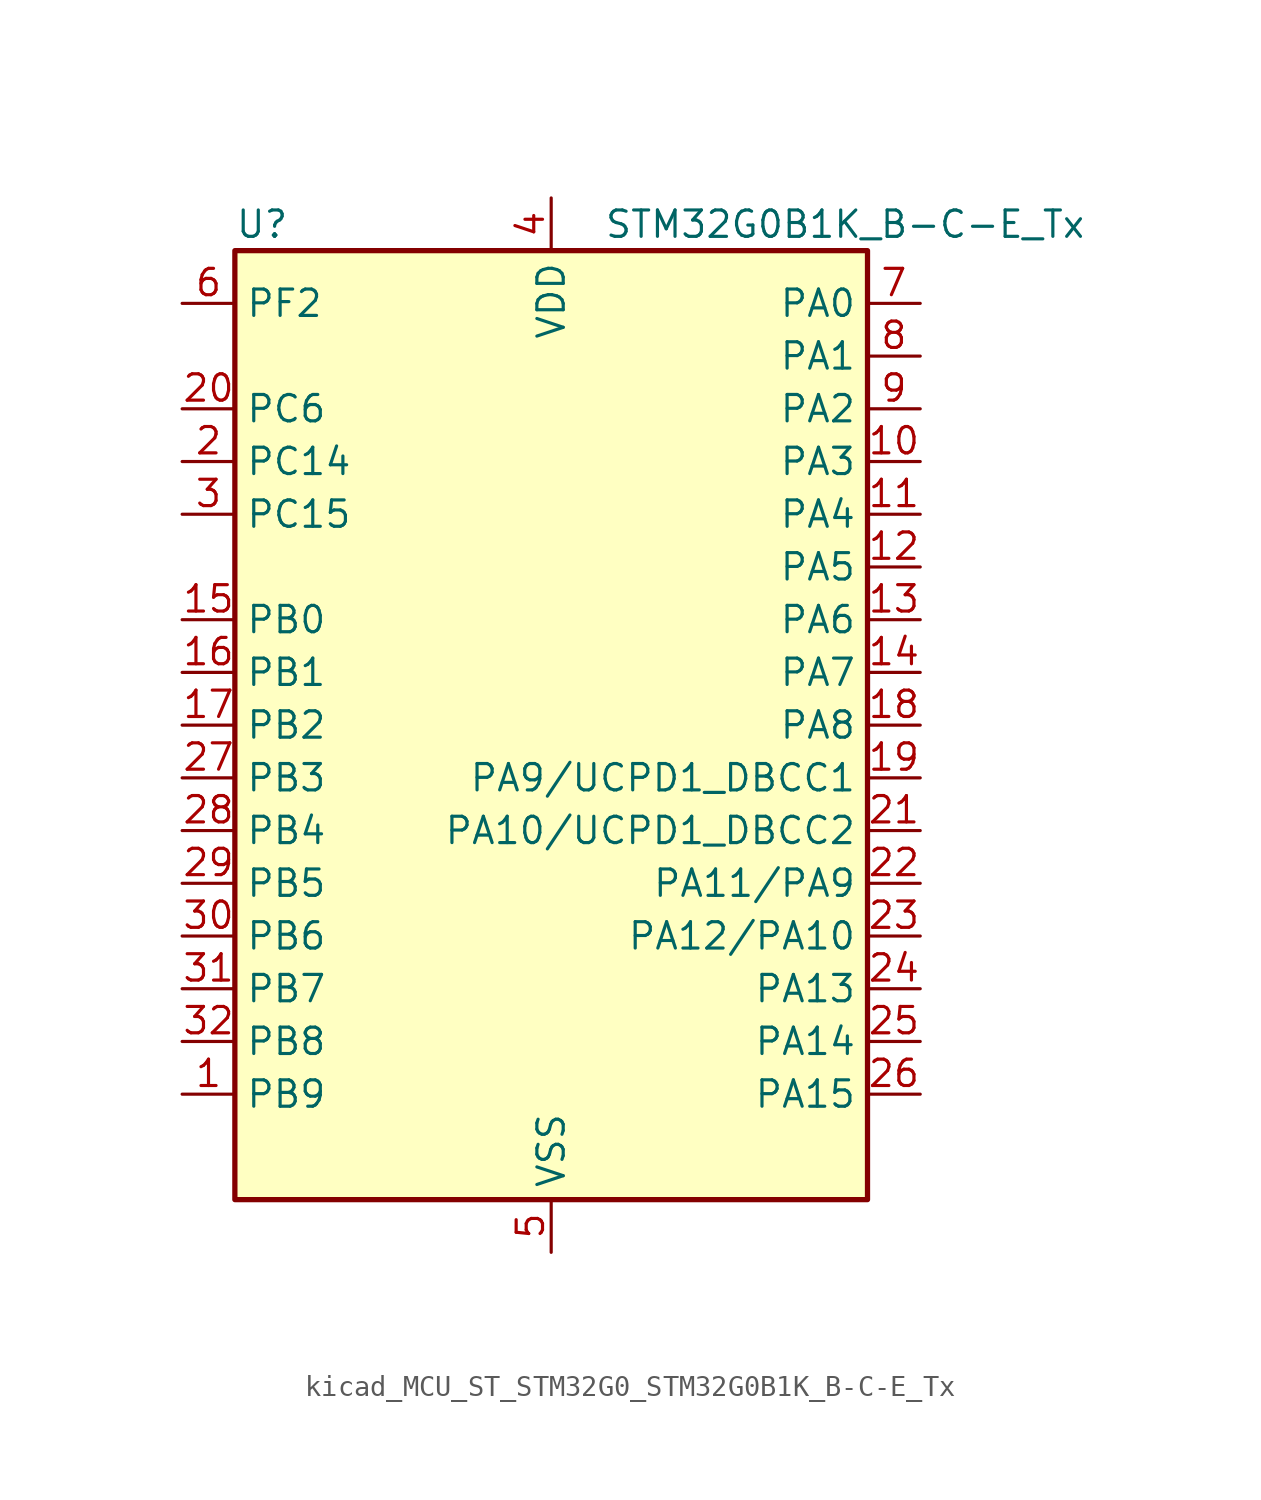
<source format=kicad_sym>
(kicad_symbol_lib
  (version 20220914)
  (generator kicad_symbol_editor)
  (symbol "kicad_MCU_ST_STM32G0_STM32G0B1K_B-C-E_Tx"
    (property "Reference" "U"
      (at -15.24 24.13 0)
      (effects (font (size 1.27 1.27)) (justify left)))
    (property "Value" "STM32G0B1K_B-C-E_Tx"
      (at 2.54 24.13 0)
      (effects (font (size 1.27 1.27)) (justify left)))
    (property "ki_locked" ""
      (at 0 0 0)
      (effects (font (size 1.27 1.27))))
    (symbol "kicad_MCU_ST_STM32G0_STM32G0B1K_B-C-E_Tx_0_1"
      (rectangle (start -15.24 -22.86) (end 15.24 22.86) (stroke (width 0.254) (type default)) (fill (type background))))
    (symbol "kicad_MCU_ST_STM32G0_STM32G0B1K_B-C-E_Tx_1_1"
      (pin bidirectional line (at -17.78 -17.78 0) (length 2.54) (name "PB9" (effects (font (size 1.27 1.27)))) (number "1" (effects (font (size 1.27 1.27)))) (alternate "DAC1_EXTI9" bidirectional line) (alternate "FDCAN1_TX" bidirectional line) (alternate "I2C1_SDA" bidirectional line) (alternate "I2S2_WS" bidirectional line) (alternate "IR_OUT" bidirectional line) (alternate "SPI2_NSS" bidirectional line) (alternate "TIM17_CH1" bidirectional line) (alternate "TIM4_CH4" bidirectional line) (alternate "USART3_RX" bidirectional line) (alternate "USART6_RX" bidirectional line))
      (pin bidirectional line (at 17.78 12.7 180) (length 2.54) (name "PA3" (effects (font (size 1.27 1.27)))) (number "10" (effects (font (size 1.27 1.27)))) (alternate "ADC1_IN3" bidirectional line) (alternate "COMP2_INP" bidirectional line) (alternate "I2S2_MCK" bidirectional line) (alternate "LPUART1_RX" bidirectional line) (alternate "SPI2_MISO" bidirectional line) (alternate "TIM15_CH2" bidirectional line) (alternate "TIM2_CH4" bidirectional line) (alternate "USART2_RX" bidirectional line))
      (pin bidirectional line (at 17.78 10.16 180) (length 2.54) (name "PA4" (effects (font (size 1.27 1.27)))) (number "11" (effects (font (size 1.27 1.27)))) (alternate "ADC1_IN4" bidirectional line) (alternate "DAC1_OUT1" bidirectional line) (alternate "I2S1_WS" bidirectional line) (alternate "I2S2_SD" bidirectional line) (alternate "LPTIM2_OUT" bidirectional line) (alternate "RTC_OUT1" bidirectional line) (alternate "RTC_TAMP_IN1" bidirectional line) (alternate "RTC_TS" bidirectional line) (alternate "SPI1_NSS" bidirectional line) (alternate "SPI2_MOSI" bidirectional line) (alternate "SPI3_NSS" bidirectional line) (alternate "SYS_WKUP2" bidirectional line) (alternate "TIM14_CH1" bidirectional line) (alternate "USART6_TX" bidirectional line) (alternate "USB_NOE" bidirectional line))
      (pin bidirectional line (at 17.78 7.62 180) (length 2.54) (name "PA5" (effects (font (size 1.27 1.27)))) (number "12" (effects (font (size 1.27 1.27)))) (alternate "ADC1_IN5" bidirectional line) (alternate "CEC" bidirectional line) (alternate "DAC1_OUT2" bidirectional line) (alternate "I2S1_CK" bidirectional line) (alternate "LPTIM2_ETR" bidirectional line) (alternate "SPI1_SCK" bidirectional line) (alternate "TIM2_CH1" bidirectional line) (alternate "TIM2_ETR" bidirectional line) (alternate "UCPD1_FRSTX1" bidirectional line) (alternate "UCPD1_FRSTX2" bidirectional line) (alternate "USART3_TX" bidirectional line) (alternate "USART6_RX" bidirectional line))
      (pin bidirectional line (at 17.78 5.08 180) (length 2.54) (name "PA6" (effects (font (size 1.27 1.27)))) (number "13" (effects (font (size 1.27 1.27)))) (alternate "ADC1_IN6" bidirectional line) (alternate "COMP1_OUT" bidirectional line) (alternate "I2C2_SDA" bidirectional line) (alternate "I2C3_SDA" bidirectional line) (alternate "I2S1_MCK" bidirectional line) (alternate "LPUART1_CTS" bidirectional line) (alternate "SPI1_MISO" bidirectional line) (alternate "TIM16_CH1" bidirectional line) (alternate "TIM1_BK" bidirectional line) (alternate "TIM3_CH1" bidirectional line) (alternate "USART3_CTS" bidirectional line) (alternate "USART3_NSS" bidirectional line) (alternate "USART6_CTS" bidirectional line) (alternate "USART6_NSS" bidirectional line))
      (pin bidirectional line (at 17.78 2.54 180) (length 2.54) (name "PA7" (effects (font (size 1.27 1.27)))) (number "14" (effects (font (size 1.27 1.27)))) (alternate "ADC1_IN7" bidirectional line) (alternate "COMP2_OUT" bidirectional line) (alternate "I2C2_SCL" bidirectional line) (alternate "I2C3_SCL" bidirectional line) (alternate "I2S1_SD" bidirectional line) (alternate "SPI1_MOSI" bidirectional line) (alternate "TIM14_CH1" bidirectional line) (alternate "TIM17_CH1" bidirectional line) (alternate "TIM1_CH1N" bidirectional line) (alternate "TIM3_CH2" bidirectional line) (alternate "UCPD1_FRSTX1" bidirectional line) (alternate "UCPD1_FRSTX2" bidirectional line) (alternate "USART6_CK" bidirectional line) (alternate "USART6_DE" bidirectional line) (alternate "USART6_RTS" bidirectional line))
      (pin bidirectional line (at -17.78 5.08 0) (length 2.54) (name "PB0" (effects (font (size 1.27 1.27)))) (number "15" (effects (font (size 1.27 1.27)))) (alternate "ADC1_IN8" bidirectional line) (alternate "COMP1_OUT" bidirectional line) (alternate "COMP3_INP" bidirectional line) (alternate "FDCAN2_RX" bidirectional line) (alternate "I2S1_WS" bidirectional line) (alternate "LPTIM1_OUT" bidirectional line) (alternate "LPUART2_CTS" bidirectional line) (alternate "SPI1_NSS" bidirectional line) (alternate "TIM1_CH2N" bidirectional line) (alternate "TIM3_CH3" bidirectional line) (alternate "UCPD1_FRSTX1" bidirectional line) (alternate "UCPD1_FRSTX2" bidirectional line) (alternate "USART3_RX" bidirectional line) (alternate "USART5_TX" bidirectional line))
      (pin bidirectional line (at -17.78 2.54 0) (length 2.54) (name "PB1" (effects (font (size 1.27 1.27)))) (number "16" (effects (font (size 1.27 1.27)))) (alternate "ADC1_IN9" bidirectional line) (alternate "COMP1_INM" bidirectional line) (alternate "COMP3_OUT" bidirectional line) (alternate "FDCAN2_TX" bidirectional line) (alternate "LPTIM2_IN1" bidirectional line) (alternate "LPUART1_DE" bidirectional line) (alternate "LPUART1_RTS" bidirectional line) (alternate "LPUART2_DE" bidirectional line) (alternate "LPUART2_RTS" bidirectional line) (alternate "TIM14_CH1" bidirectional line) (alternate "TIM1_CH3N" bidirectional line) (alternate "TIM3_CH4" bidirectional line) (alternate "USART3_CK" bidirectional line) (alternate "USART3_DE" bidirectional line) (alternate "USART3_RTS" bidirectional line) (alternate "USART5_RX" bidirectional line))
      (pin bidirectional line (at -17.78 0 0) (length 2.54) (name "PB2" (effects (font (size 1.27 1.27)))) (number "17" (effects (font (size 1.27 1.27)))) (alternate "ADC1_IN10" bidirectional line) (alternate "COMP1_INP" bidirectional line) (alternate "COMP3_INM" bidirectional line) (alternate "I2S2_MCK" bidirectional line) (alternate "LPTIM1_OUT" bidirectional line) (alternate "RCC_MCO_2" bidirectional line) (alternate "SPI2_MISO" bidirectional line) (alternate "USART3_TX" bidirectional line))
      (pin bidirectional line (at 17.78 0 180) (length 2.54) (name "PA8" (effects (font (size 1.27 1.27)))) (number "18" (effects (font (size 1.27 1.27)))) (alternate "CRS1_SYNC" bidirectional line) (alternate "I2C2_SMBA" bidirectional line) (alternate "I2S2_WS" bidirectional line) (alternate "LPTIM2_OUT" bidirectional line) (alternate "RCC_MCO" bidirectional line) (alternate "SPI2_NSS" bidirectional line) (alternate "TIM1_CH1" bidirectional line) (alternate "UCPD1_CC1" bidirectional line))
      (pin bidirectional line (at 17.78 -2.54 180) (length 2.54) (name "PA9/UCPD1_DBCC1" (effects (font (size 1.27 1.27)))) (number "19" (effects (font (size 1.27 1.27)))) (alternate "DAC1_EXTI9" bidirectional line) (alternate "I2C1_SCL" bidirectional line) (alternate "I2C2_SCL" bidirectional line) (alternate "I2S2_MCK" bidirectional line) (alternate "RCC_MCO" bidirectional line) (alternate "SPI2_MISO" bidirectional line) (alternate "TIM15_BK" bidirectional line) (alternate "TIM1_CH2" bidirectional line) (alternate "UCPD1_DBCC1" bidirectional line) (alternate "USART1_TX" bidirectional line))
      (pin bidirectional line (at -17.78 12.7 0) (length 2.54) (name "PC14" (effects (font (size 1.27 1.27)))) (number "2" (effects (font (size 1.27 1.27)))) (alternate "RCC_OSC32_IN" bidirectional line) (alternate "RCC_OSC_IN" bidirectional line) (alternate "TIM1_BK2" bidirectional line))
      (pin bidirectional line (at -17.78 15.24 0) (length 2.54) (name "PC6" (effects (font (size 1.27 1.27)))) (number "20" (effects (font (size 1.27 1.27)))) (alternate "LPUART2_TX" bidirectional line) (alternate "TIM2_CH3" bidirectional line) (alternate "TIM3_CH1" bidirectional line) (alternate "UCPD1_FRSTX1" bidirectional line) (alternate "UCPD1_FRSTX2" bidirectional line))
      (pin bidirectional line (at 17.78 -5.08 180) (length 2.54) (name "PA10/UCPD1_DBCC2" (effects (font (size 1.27 1.27)))) (number "21" (effects (font (size 1.27 1.27)))) (alternate "I2C1_SDA" bidirectional line) (alternate "I2C2_SDA" bidirectional line) (alternate "I2S2_SD" bidirectional line) (alternate "RCC_MCO_2" bidirectional line) (alternate "SPI2_MOSI" bidirectional line) (alternate "TIM17_BK" bidirectional line) (alternate "TIM1_CH3" bidirectional line) (alternate "UCPD1_DBCC2" bidirectional line) (alternate "USART1_RX" bidirectional line))
      (pin bidirectional line (at 17.78 -7.62 180) (length 2.54) (name "PA11/PA9" (effects (font (size 1.27 1.27)))) (number "22" (effects (font (size 1.27 1.27)))) (alternate "ADC1_EXTI11" bidirectional line) (alternate "COMP1_OUT" bidirectional line) (alternate "FDCAN1_RX" bidirectional line) (alternate "I2C2_SCL" bidirectional line) (alternate "I2S1_MCK" bidirectional line) (alternate "SPI1_MISO" bidirectional line) (alternate "TIM1_BK2" bidirectional line) (alternate "TIM1_CH4" bidirectional line) (alternate "USART1_CTS" bidirectional line) (alternate "USART1_NSS" bidirectional line) (alternate "USB_DM" bidirectional line))
      (pin bidirectional line (at 17.78 -10.16 180) (length 2.54) (name "PA12/PA10" (effects (font (size 1.27 1.27)))) (number "23" (effects (font (size 1.27 1.27)))) (alternate "COMP2_OUT" bidirectional line) (alternate "FDCAN1_TX" bidirectional line) (alternate "I2C2_SDA" bidirectional line) (alternate "I2S1_SD" bidirectional line) (alternate "I2S_CKIN" bidirectional line) (alternate "SPI1_MOSI" bidirectional line) (alternate "TIM1_ETR" bidirectional line) (alternate "USART1_CK" bidirectional line) (alternate "USART1_DE" bidirectional line) (alternate "USART1_RTS" bidirectional line) (alternate "USB_DP" bidirectional line))
      (pin bidirectional line (at 17.78 -12.7 180) (length 2.54) (name "PA13" (effects (font (size 1.27 1.27)))) (number "24" (effects (font (size 1.27 1.27)))) (alternate "IR_OUT" bidirectional line) (alternate "LPUART2_RX" bidirectional line) (alternate "SYS_SWDIO" bidirectional line) (alternate "USB_NOE" bidirectional line))
      (pin bidirectional line (at 17.78 -15.24 180) (length 2.54) (name "PA14" (effects (font (size 1.27 1.27)))) (number "25" (effects (font (size 1.27 1.27)))) (alternate "LPUART2_TX" bidirectional line) (alternate "SYS_SWCLK" bidirectional line) (alternate "USART2_TX" bidirectional line))
      (pin bidirectional line (at 17.78 -17.78 180) (length 2.54) (name "PA15" (effects (font (size 1.27 1.27)))) (number "26" (effects (font (size 1.27 1.27)))) (alternate "I2C2_SMBA" bidirectional line) (alternate "I2S1_WS" bidirectional line) (alternate "RCC_MCO_2" bidirectional line) (alternate "SPI1_NSS" bidirectional line) (alternate "SPI3_NSS" bidirectional line) (alternate "TIM2_CH1" bidirectional line) (alternate "TIM2_ETR" bidirectional line) (alternate "USART2_RX" bidirectional line) (alternate "USART3_CK" bidirectional line) (alternate "USART3_DE" bidirectional line) (alternate "USART3_RTS" bidirectional line) (alternate "USART4_CK" bidirectional line) (alternate "USART4_DE" bidirectional line) (alternate "USART4_RTS" bidirectional line) (alternate "USB_NOE" bidirectional line))
      (pin bidirectional line (at -17.78 -2.54 0) (length 2.54) (name "PB3" (effects (font (size 1.27 1.27)))) (number "27" (effects (font (size 1.27 1.27)))) (alternate "COMP2_INM" bidirectional line) (alternate "I2C2_SCL" bidirectional line) (alternate "I2C3_SCL" bidirectional line) (alternate "I2S1_CK" bidirectional line) (alternate "SPI1_SCK" bidirectional line) (alternate "SPI3_SCK" bidirectional line) (alternate "TIM1_CH2" bidirectional line) (alternate "TIM2_CH2" bidirectional line) (alternate "USART1_CK" bidirectional line) (alternate "USART1_DE" bidirectional line) (alternate "USART1_RTS" bidirectional line) (alternate "USART5_TX" bidirectional line))
      (pin bidirectional line (at -17.78 -5.08 0) (length 2.54) (name "PB4" (effects (font (size 1.27 1.27)))) (number "28" (effects (font (size 1.27 1.27)))) (alternate "COMP2_INP" bidirectional line) (alternate "I2C2_SDA" bidirectional line) (alternate "I2C3_SDA" bidirectional line) (alternate "I2S1_MCK" bidirectional line) (alternate "SPI1_MISO" bidirectional line) (alternate "SPI3_MISO" bidirectional line) (alternate "TIM17_BK" bidirectional line) (alternate "TIM3_CH1" bidirectional line) (alternate "USART1_CTS" bidirectional line) (alternate "USART1_NSS" bidirectional line) (alternate "USART5_RX" bidirectional line))
      (pin bidirectional line (at -17.78 -7.62 0) (length 2.54) (name "PB5" (effects (font (size 1.27 1.27)))) (number "29" (effects (font (size 1.27 1.27)))) (alternate "COMP2_OUT" bidirectional line) (alternate "FDCAN2_RX" bidirectional line) (alternate "I2C1_SMBA" bidirectional line) (alternate "I2S1_SD" bidirectional line) (alternate "LPTIM1_IN1" bidirectional line) (alternate "SPI1_MOSI" bidirectional line) (alternate "SPI3_MOSI" bidirectional line) (alternate "SYS_WKUP6" bidirectional line) (alternate "TIM16_BK" bidirectional line) (alternate "TIM3_CH2" bidirectional line) (alternate "USART5_CK" bidirectional line) (alternate "USART5_DE" bidirectional line) (alternate "USART5_RTS" bidirectional line))
      (pin bidirectional line (at -17.78 10.16 0) (length 2.54) (name "PC15" (effects (font (size 1.27 1.27)))) (number "3" (effects (font (size 1.27 1.27)))) (alternate "RCC_OSC32_EN" bidirectional line) (alternate "RCC_OSC32_OUT" bidirectional line) (alternate "RCC_OSC_EN" bidirectional line) (alternate "TIM15_BK" bidirectional line))
      (pin bidirectional line (at -17.78 -10.16 0) (length 2.54) (name "PB6" (effects (font (size 1.27 1.27)))) (number "30" (effects (font (size 1.27 1.27)))) (alternate "COMP2_INP" bidirectional line) (alternate "FDCAN2_TX" bidirectional line) (alternate "I2C1_SCL" bidirectional line) (alternate "I2S2_MCK" bidirectional line) (alternate "LPTIM1_ETR" bidirectional line) (alternate "LPUART2_TX" bidirectional line) (alternate "SPI2_MISO" bidirectional line) (alternate "TIM16_CH1N" bidirectional line) (alternate "TIM1_CH3" bidirectional line) (alternate "TIM4_CH1" bidirectional line) (alternate "USART1_TX" bidirectional line) (alternate "USART5_CTS" bidirectional line) (alternate "USART5_NSS" bidirectional line))
      (pin bidirectional line (at -17.78 -12.7 0) (length 2.54) (name "PB7" (effects (font (size 1.27 1.27)))) (number "31" (effects (font (size 1.27 1.27)))) (alternate "COMP2_INM" bidirectional line) (alternate "I2C1_SDA" bidirectional line) (alternate "I2S2_SD" bidirectional line) (alternate "LPTIM1_IN2" bidirectional line) (alternate "LPUART2_RX" bidirectional line) (alternate "SPI2_MOSI" bidirectional line) (alternate "SYS_PVD_IN" bidirectional line) (alternate "TIM17_CH1N" bidirectional line) (alternate "TIM4_CH2" bidirectional line) (alternate "USART1_RX" bidirectional line) (alternate "USART4_CTS" bidirectional line) (alternate "USART4_NSS" bidirectional line))
      (pin bidirectional line (at -17.78 -15.24 0) (length 2.54) (name "PB8" (effects (font (size 1.27 1.27)))) (number "32" (effects (font (size 1.27 1.27)))) (alternate "CEC" bidirectional line) (alternate "FDCAN1_RX" bidirectional line) (alternate "I2C1_SCL" bidirectional line) (alternate "I2S2_CK" bidirectional line) (alternate "SPI2_SCK" bidirectional line) (alternate "TIM15_BK" bidirectional line) (alternate "TIM16_CH1" bidirectional line) (alternate "TIM4_CH3" bidirectional line) (alternate "USART3_TX" bidirectional line) (alternate "USART6_TX" bidirectional line))
      (pin power_in line (at 0 25.4 270) (length 2.54) (name "VDD" (effects (font (size 1.27 1.27)))) (number "4" (effects (font (size 1.27 1.27)))))
      (pin power_in line (at 0 -25.4 90) (length 2.54) (name "VSS" (effects (font (size 1.27 1.27)))) (number "5" (effects (font (size 1.27 1.27)))))
      (pin bidirectional line (at -17.78 20.32 0) (length 2.54) (name "PF2" (effects (font (size 1.27 1.27)))) (number "6" (effects (font (size 1.27 1.27)))) (alternate "LPUART2_DE" bidirectional line) (alternate "LPUART2_RTS" bidirectional line) (alternate "LPUART2_TX" bidirectional line) (alternate "RCC_MCO" bidirectional line))
      (pin bidirectional line (at 17.78 20.32 180) (length 2.54) (name "PA0" (effects (font (size 1.27 1.27)))) (number "7" (effects (font (size 1.27 1.27)))) (alternate "ADC1_IN0" bidirectional line) (alternate "COMP1_INM" bidirectional line) (alternate "COMP1_OUT" bidirectional line) (alternate "I2S2_CK" bidirectional line) (alternate "LPTIM1_OUT" bidirectional line) (alternate "RTC_TAMP_IN2" bidirectional line) (alternate "SPI2_SCK" bidirectional line) (alternate "SYS_WKUP1" bidirectional line) (alternate "TIM2_CH1" bidirectional line) (alternate "TIM2_ETR" bidirectional line) (alternate "USART2_CTS" bidirectional line) (alternate "USART2_NSS" bidirectional line) (alternate "USART4_TX" bidirectional line))
      (pin bidirectional line (at 17.78 17.78 180) (length 2.54) (name "PA1" (effects (font (size 1.27 1.27)))) (number "8" (effects (font (size 1.27 1.27)))) (alternate "ADC1_IN1" bidirectional line) (alternate "COMP1_INP" bidirectional line) (alternate "I2C1_SMBA" bidirectional line) (alternate "I2S1_CK" bidirectional line) (alternate "SPI1_SCK" bidirectional line) (alternate "TIM15_CH1N" bidirectional line) (alternate "TIM2_CH2" bidirectional line) (alternate "USART2_CK" bidirectional line) (alternate "USART2_DE" bidirectional line) (alternate "USART2_RTS" bidirectional line) (alternate "USART4_RX" bidirectional line))
      (pin bidirectional line (at 17.78 15.24 180) (length 2.54) (name "PA2" (effects (font (size 1.27 1.27)))) (number "9" (effects (font (size 1.27 1.27)))) (alternate "ADC1_IN2" bidirectional line) (alternate "COMP2_INM" bidirectional line) (alternate "COMP2_OUT" bidirectional line) (alternate "I2S1_SD" bidirectional line) (alternate "LPUART1_TX" bidirectional line) (alternate "RCC_LSCO" bidirectional line) (alternate "SPI1_MOSI" bidirectional line) (alternate "SYS_WKUP4" bidirectional line) (alternate "TIM15_CH1" bidirectional line) (alternate "TIM2_CH3" bidirectional line) (alternate "UCPD1_FRSTX1" bidirectional line) (alternate "UCPD1_FRSTX2" bidirectional line) (alternate "USART2_TX" bidirectional line)))))
</source>
